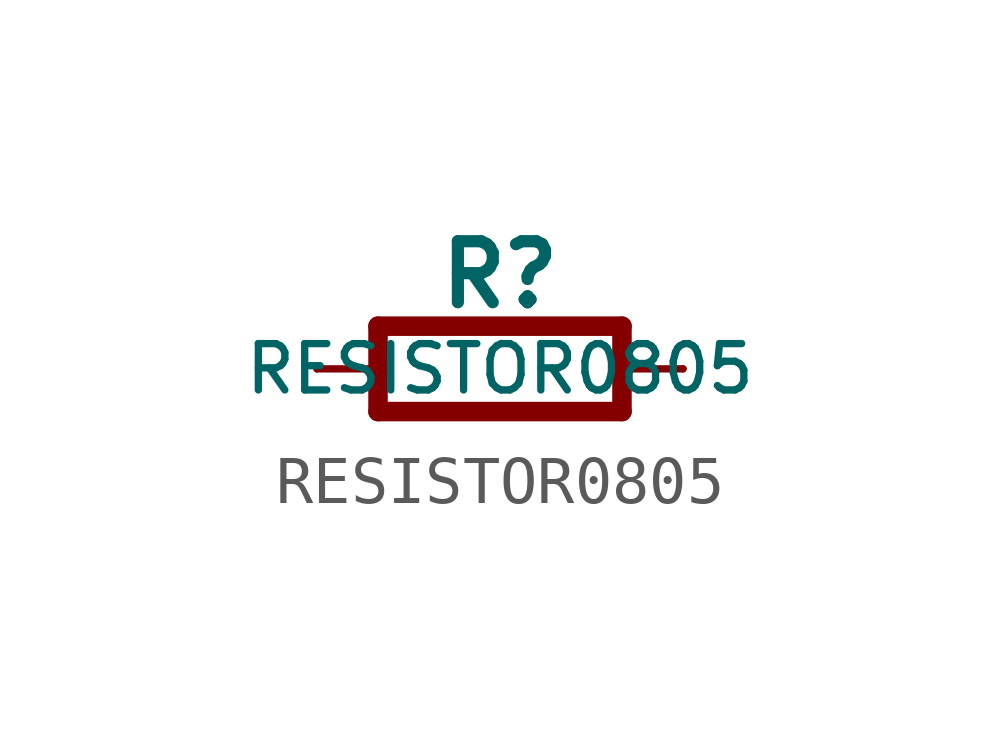
<source format=kicad_sym>
(kicad_symbol_lib
  (version 20211014)
  (generator kicad_symbol_editor)
  (symbol "RESISTOR0805"
    (property "Reference" "R"
      (at 1.27 1.219 0)
      (effects (font (size 1.27 1.27) bold) (justify bottom)))
    (property "Value" "RESISTOR0805"
      (at 1.27 0 0)
      (effects (font (size 0.965 0.965))))
    (property "ki_locked" ""
      (at 0 0 0)
      (effects (font (size 1.27 1.27))))
    (symbol "RESISTOR0805_1_0"
      (polyline (pts (xy -1.27 -0.889) (xy -1.27 0)) (stroke (width 0.406) (type default) (color 0 0 0 0)) (fill (type none)))
      (polyline (pts (xy -1.27 -0.889) (xy 3.81 -0.889)) (stroke (width 0.406) (type default) (color 0 0 0 0)) (fill (type none)))
      (polyline (pts (xy -1.27 0) (xy -2.54 0)) (stroke (width 0.152) (type default) (color 0 0 0 0)) (fill (type none)))
      (polyline (pts (xy -1.27 0) (xy -1.27 0.889)) (stroke (width 0.406) (type default) (color 0 0 0 0)) (fill (type none)))
      (polyline (pts (xy 3.81 -0.889) (xy 3.81 0)) (stroke (width 0.406) (type default) (color 0 0 0 0)) (fill (type none)))
      (polyline (pts (xy 3.81 0) (xy 3.81 0.889)) (stroke (width 0.406) (type default) (color 0 0 0 0)) (fill (type none)))
      (polyline (pts (xy 3.81 0) (xy 5.08 0)) (stroke (width 0.152) (type default) (color 0 0 0 0)) (fill (type none)))
      (polyline (pts (xy 3.81 0.889) (xy -1.27 0.889)) (stroke (width 0.406) (type default) (color 0 0 0 0)) (fill (type none)))
      (pin passive line (at -2.54 0 0) (length 0) (name "1" (effects (font (size 0 0)))) (number "1" (effects (font (size 0 0)))))
      (pin passive line (at 5.08 0 180) (length 0) (name "2" (effects (font (size 0 0)))) (number "2" (effects (font (size 0 0))))))))
</source>
